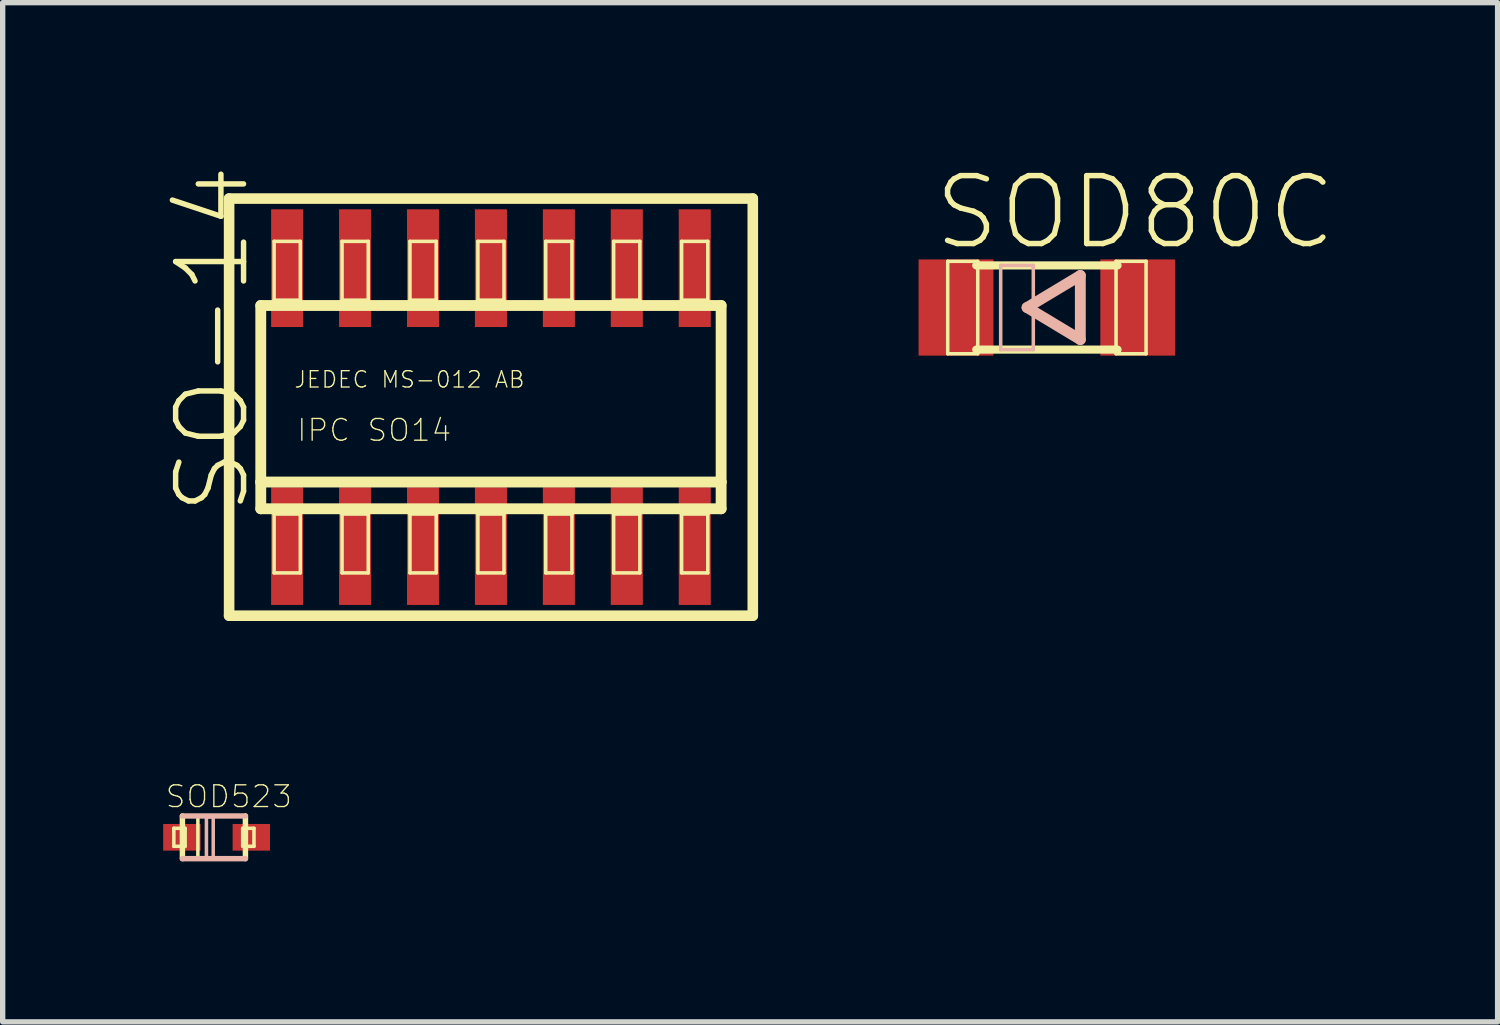
<source format=kicad_pcb>
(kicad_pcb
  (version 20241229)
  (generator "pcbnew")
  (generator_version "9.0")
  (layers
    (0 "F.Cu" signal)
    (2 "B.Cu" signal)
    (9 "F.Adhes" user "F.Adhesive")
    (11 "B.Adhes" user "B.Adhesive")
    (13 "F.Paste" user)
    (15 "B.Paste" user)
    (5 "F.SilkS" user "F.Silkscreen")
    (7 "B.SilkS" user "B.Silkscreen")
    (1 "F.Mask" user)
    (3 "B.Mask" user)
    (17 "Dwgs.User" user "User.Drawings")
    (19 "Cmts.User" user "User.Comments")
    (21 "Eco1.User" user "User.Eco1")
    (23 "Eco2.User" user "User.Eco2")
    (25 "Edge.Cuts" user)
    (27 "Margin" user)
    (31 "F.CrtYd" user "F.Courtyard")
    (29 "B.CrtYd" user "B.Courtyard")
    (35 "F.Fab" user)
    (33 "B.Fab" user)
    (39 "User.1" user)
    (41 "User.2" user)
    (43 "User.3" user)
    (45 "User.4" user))
  (footprint "SO-14"
    (layer "F.Cu")
    (at 6.128 4.561)
    (property "Reference" "SO-14" (at -5.207 -1.27 90) (layer "F.SilkS") (effects (font (size 1.27 1.27) (thickness 0.102))))
    (attr smd)
    (fp_line (start -4.895 -3.899) (end 4.895 -3.899) (stroke (width 0.198) (type solid)) (layer "F.SilkS"))
    (fp_line (start -4.895 3.899) (end -4.895 -3.899) (stroke (width 0.198) (type solid)) (layer "F.SilkS"))
    (fp_line (start -4.303 -1.9) (end 4.303 -1.9) (stroke (width 0.203) (type solid)) (layer "F.SilkS"))
    (fp_line (start -4.303 1.4) (end -4.303 -1.9) (stroke (width 0.203) (type solid)) (layer "F.SilkS"))
    (fp_line (start -4.303 1.9) (end -4.303 1.4) (stroke (width 0.203) (type solid)) (layer "F.SilkS"))
    (fp_line (start -4.054 -3.099) (end -3.564 -3.099) (stroke (width 0.066) (type solid)) (layer "F.SilkS"))
    (fp_line (start -4.054 -1.999) (end -4.054 -3.099) (stroke (width 0.066) (type solid)) (layer "F.SilkS"))
    (fp_line (start -4.054 -1.999) (end -3.564 -1.999) (stroke (width 0.066) (type solid)) (layer "F.SilkS"))
    (fp_line (start -4.054 1.999) (end -3.564 1.999) (stroke (width 0.066) (type solid)) (layer "F.SilkS"))
    (fp_line (start -4.054 3.099) (end -4.054 1.999) (stroke (width 0.066) (type solid)) (layer "F.SilkS"))
    (fp_line (start -4.054 3.099) (end -3.564 3.099) (stroke (width 0.066) (type solid)) (layer "F.SilkS"))
    (fp_line (start -3.564 -1.999) (end -3.564 -3.099) (stroke (width 0.066) (type solid)) (layer "F.SilkS"))
    (fp_line (start -3.564 3.099) (end -3.564 1.999) (stroke (width 0.066) (type solid)) (layer "F.SilkS"))
    (fp_line (start -2.784 -3.099) (end -2.294 -3.099) (stroke (width 0.066) (type solid)) (layer "F.SilkS"))
    (fp_line (start -2.784 -1.999) (end -2.784 -3.099) (stroke (width 0.066) (type solid)) (layer "F.SilkS"))
    (fp_line (start -2.784 -1.999) (end -2.294 -1.999) (stroke (width 0.066) (type solid)) (layer "F.SilkS"))
    (fp_line (start -2.784 1.999) (end -2.294 1.999) (stroke (width 0.066) (type solid)) (layer "F.SilkS"))
    (fp_line (start -2.784 3.099) (end -2.784 1.999) (stroke (width 0.066) (type solid)) (layer "F.SilkS"))
    (fp_line (start -2.784 3.099) (end -2.294 3.099) (stroke (width 0.066) (type solid)) (layer "F.SilkS"))
    (fp_line (start -2.294 -1.999) (end -2.294 -3.099) (stroke (width 0.066) (type solid)) (layer "F.SilkS"))
    (fp_line (start -2.294 3.099) (end -2.294 1.999) (stroke (width 0.066) (type solid)) (layer "F.SilkS"))
    (fp_line (start -1.514 -3.099) (end -1.024 -3.099) (stroke (width 0.066) (type solid)) (layer "F.SilkS"))
    (fp_line (start -1.514 -1.999) (end -1.514 -3.099) (stroke (width 0.066) (type solid)) (layer "F.SilkS"))
    (fp_line (start -1.514 -1.999) (end -1.024 -1.999) (stroke (width 0.066) (type solid)) (layer "F.SilkS"))
    (fp_line (start -1.514 1.999) (end -1.024 1.999) (stroke (width 0.066) (type solid)) (layer "F.SilkS"))
    (fp_line (start -1.514 3.099) (end -1.514 1.999) (stroke (width 0.066) (type solid)) (layer "F.SilkS"))
    (fp_line (start -1.514 3.099) (end -1.024 3.099) (stroke (width 0.066) (type solid)) (layer "F.SilkS"))
    (fp_line (start -1.024 -1.999) (end -1.024 -3.099) (stroke (width 0.066) (type solid)) (layer "F.SilkS"))
    (fp_line (start -1.024 3.099) (end -1.024 1.999) (stroke (width 0.066) (type solid)) (layer "F.SilkS"))
    (fp_line (start -0.244 -3.099) (end 0.244 -3.099) (stroke (width 0.066) (type solid)) (layer "F.SilkS"))
    (fp_line (start -0.244 -1.999) (end -0.244 -3.099) (stroke (width 0.066) (type solid)) (layer "F.SilkS"))
    (fp_line (start -0.244 -1.999) (end 0.244 -1.999) (stroke (width 0.066) (type solid)) (layer "F.SilkS"))
    (fp_line (start -0.244 1.999) (end 0.244 1.999) (stroke (width 0.066) (type solid)) (layer "F.SilkS"))
    (fp_line (start -0.244 3.099) (end -0.244 1.999) (stroke (width 0.066) (type solid)) (layer "F.SilkS"))
    (fp_line (start -0.244 3.099) (end 0.244 3.099) (stroke (width 0.066) (type solid)) (layer "F.SilkS"))
    (fp_line (start 0.244 -1.999) (end 0.244 -3.099) (stroke (width 0.066) (type solid)) (layer "F.SilkS"))
    (fp_line (start 0.244 3.099) (end 0.244 1.999) (stroke (width 0.066) (type solid)) (layer "F.SilkS"))
    (fp_line (start 1.024 -3.099) (end 1.514 -3.099) (stroke (width 0.066) (type solid)) (layer "F.SilkS"))
    (fp_line (start 1.024 -1.999) (end 1.024 -3.099) (stroke (width 0.066) (type solid)) (layer "F.SilkS"))
    (fp_line (start 1.024 -1.999) (end 1.514 -1.999) (stroke (width 0.066) (type solid)) (layer "F.SilkS"))
    (fp_line (start 1.024 1.999) (end 1.514 1.999) (stroke (width 0.066) (type solid)) (layer "F.SilkS"))
    (fp_line (start 1.024 3.099) (end 1.024 1.999) (stroke (width 0.066) (type solid)) (layer "F.SilkS"))
    (fp_line (start 1.024 3.099) (end 1.514 3.099) (stroke (width 0.066) (type solid)) (layer "F.SilkS"))
    (fp_line (start 1.514 -1.999) (end 1.514 -3.099) (stroke (width 0.066) (type solid)) (layer "F.SilkS"))
    (fp_line (start 1.514 3.099) (end 1.514 1.999) (stroke (width 0.066) (type solid)) (layer "F.SilkS"))
    (fp_line (start 2.294 -3.099) (end 2.784 -3.099) (stroke (width 0.066) (type solid)) (layer "F.SilkS"))
    (fp_line (start 2.294 -1.999) (end 2.294 -3.099) (stroke (width 0.066) (type solid)) (layer "F.SilkS"))
    (fp_line (start 2.294 -1.999) (end 2.784 -1.999) (stroke (width 0.066) (type solid)) (layer "F.SilkS"))
    (fp_line (start 2.294 1.999) (end 2.784 1.999) (stroke (width 0.066) (type solid)) (layer "F.SilkS"))
    (fp_line (start 2.294 3.099) (end 2.294 1.999) (stroke (width 0.066) (type solid)) (layer "F.SilkS"))
    (fp_line (start 2.294 3.099) (end 2.784 3.099) (stroke (width 0.066) (type solid)) (layer "F.SilkS"))
    (fp_line (start 2.784 -1.999) (end 2.784 -3.099) (stroke (width 0.066) (type solid)) (layer "F.SilkS"))
    (fp_line (start 2.784 3.099) (end 2.784 1.999) (stroke (width 0.066) (type solid)) (layer "F.SilkS"))
    (fp_line (start 3.564 -3.099) (end 4.054 -3.099) (stroke (width 0.066) (type solid)) (layer "F.SilkS"))
    (fp_line (start 3.564 -1.999) (end 3.564 -3.099) (stroke (width 0.066) (type solid)) (layer "F.SilkS"))
    (fp_line (start 3.564 -1.999) (end 4.054 -1.999) (stroke (width 0.066) (type solid)) (layer "F.SilkS"))
    (fp_line (start 3.564 1.999) (end 4.054 1.999) (stroke (width 0.066) (type solid)) (layer "F.SilkS"))
    (fp_line (start 3.564 3.099) (end 3.564 1.999) (stroke (width 0.066) (type solid)) (layer "F.SilkS"))
    (fp_line (start 3.564 3.099) (end 4.054 3.099) (stroke (width 0.066) (type solid)) (layer "F.SilkS"))
    (fp_line (start 4.054 -1.999) (end 4.054 -3.099) (stroke (width 0.066) (type solid)) (layer "F.SilkS"))
    (fp_line (start 4.054 3.099) (end 4.054 1.999) (stroke (width 0.066) (type solid)) (layer "F.SilkS"))
    (fp_line (start 4.303 -1.9) (end 4.303 1.4) (stroke (width 0.203) (type solid)) (layer "F.SilkS"))
    (fp_line (start 4.303 1.4) (end -4.303 1.4) (stroke (width 0.203) (type solid)) (layer "F.SilkS"))
    (fp_line (start 4.303 1.4) (end 4.303 1.9) (stroke (width 0.203) (type solid)) (layer "F.SilkS"))
    (fp_line (start 4.303 1.9) (end -4.303 1.9) (stroke (width 0.203) (type solid)) (layer "F.SilkS"))
    (fp_line (start 4.895 -3.899) (end 4.895 3.899) (stroke (width 0.198) (type solid)) (layer "F.SilkS"))
    (fp_line (start 4.895 3.899) (end -4.895 3.899) (stroke (width 0.198) (type solid)) (layer "F.SilkS"))
    (fp_text user "IPC SO14" (at -2.182 0.432 0) (layer "F.SilkS") (effects (font (size 0.406 0.406) (thickness 0.025))))
    (fp_text user "JEDEC MS-012 AB" (at -1.524 -0.516 0) (layer "F.SilkS") (effects (font (size 0.305 0.305) (thickness 0.025))))
    (pad "1" smd rect (at -3.81 2.598) (size 0.599 2.2) (layers "F.Cu" "F.Mask" "F.Paste"))
    (pad "2" smd rect (at -2.54 2.598) (size 0.599 2.2) (layers "F.Cu" "F.Mask" "F.Paste"))
    (pad "3" smd rect (at -1.27 2.598) (size 0.599 2.2) (layers "F.Cu" "F.Mask" "F.Paste"))
    (pad "4" smd rect (at 0 2.598) (size 0.599 2.2) (layers "F.Cu" "F.Mask" "F.Paste"))
    (pad "5" smd rect (at 1.27 2.598) (size 0.599 2.2) (layers "F.Cu" "F.Mask" "F.Paste"))
    (pad "6" smd rect (at 2.54 2.598) (size 0.599 2.2) (layers "F.Cu" "F.Mask" "F.Paste"))
    (pad "7" smd rect (at 3.81 2.598) (size 0.599 2.2) (layers "F.Cu" "F.Mask" "F.Paste"))
    (pad "8" smd rect (at 3.81 -2.598) (size 0.599 2.2) (layers "F.Cu" "F.Mask" "F.Paste"))
    (pad "9" smd rect (at 2.54 -2.598) (size 0.599 2.2) (layers "F.Cu" "F.Mask" "F.Paste"))
    (pad "10" smd rect (at 1.27 -2.598) (size 0.599 2.2) (layers "F.Cu" "F.Mask" "F.Paste"))
    (pad "11" smd rect (at 0 -2.598) (size 0.599 2.2) (layers "F.Cu" "F.Mask" "F.Paste"))
    (pad "12" smd rect (at -1.27 -2.598) (size 0.599 2.2) (layers "F.Cu" "F.Mask" "F.Paste"))
    (pad "13" smd rect (at -2.54 -2.598) (size 0.599 2.2) (layers "F.Cu" "F.Mask" "F.Paste"))
    (pad "14" smd rect (at -3.81 -2.598) (size 0.599 2.2) (layers "F.Cu" "F.Mask" "F.Paste")))
  (footprint "SOD80C"
    (layer "F.Cu")
    (at 16.521 2.699)
    (property "Reference" "SOD80C" (at 1.651 -1.778 0) (layer "F.SilkS") (effects (font (size 1.27 1.27) (thickness 0.102))))
    (attr smd)
    (fp_line (start -1.854 -0.864) (end -1.293 -0.864) (stroke (width 0.066) (type solid)) (layer "F.SilkS"))
    (fp_line (start -1.854 0.864) (end -1.854 -0.864) (stroke (width 0.066) (type solid)) (layer "F.SilkS"))
    (fp_line (start -1.854 0.864) (end -1.293 0.864) (stroke (width 0.066) (type solid)) (layer "F.SilkS"))
    (fp_line (start -1.293 0.864) (end -1.293 -0.864) (stroke (width 0.066) (type solid)) (layer "F.SilkS"))
    (fp_line (start 1.293 -0.864) (end 1.854 -0.864) (stroke (width 0.066) (type solid)) (layer "F.SilkS"))
    (fp_line (start 1.293 0.864) (end 1.293 -0.864) (stroke (width 0.066) (type solid)) (layer "F.SilkS"))
    (fp_line (start 1.293 0.864) (end 1.854 0.864) (stroke (width 0.066) (type solid)) (layer "F.SilkS"))
    (fp_line (start 1.321 -0.787) (end -1.321 -0.787) (stroke (width 0.152) (type solid)) (layer "F.SilkS"))
    (fp_line (start 1.321 0.787) (end -1.321 0.787) (stroke (width 0.152) (type solid)) (layer "F.SilkS"))
    (fp_line (start 1.854 0.864) (end 1.854 -0.864) (stroke (width 0.066) (type solid)) (layer "F.SilkS"))
    (fp_line (start -0.864 -0.787) (end -0.254 -0.787) (stroke (width 0.066) (type solid)) (layer "B.SilkS"))
    (fp_line (start -0.864 0.787) (end -0.864 -0.787) (stroke (width 0.066) (type solid)) (layer "B.SilkS"))
    (fp_line (start -0.864 0.787) (end -0.254 0.787) (stroke (width 0.066) (type solid)) (layer "B.SilkS"))
    (fp_line (start -0.371 0) (end 0.625 0.599) (stroke (width 0.203) (type solid)) (layer "B.SilkS"))
    (fp_line (start -0.254 0.787) (end -0.254 -0.787) (stroke (width 0.066) (type solid)) (layer "B.SilkS"))
    (fp_line (start 0.625 -0.599) (end -0.371 0) (stroke (width 0.203) (type solid)) (layer "B.SilkS"))
    (fp_line (start 0.625 0.599) (end 0.625 -0.599) (stroke (width 0.203) (type solid)) (layer "B.SilkS"))
    (pad "1" smd rect (at 1.699 0) (size 1.4 1.798) (layers "F.Cu" "F.Mask" "F.Paste"))
    (pad "2" smd rect (at -1.699 0) (size 1.4 1.798) (layers "F.Cu" "F.Mask" "F.Paste")))
  (footprint "SOD523"
    (layer "F.Cu")
    (at 0.949 12.603)
    (property "Reference" "SOD523" (at 0.279 -0.762 0) (layer "F.SilkS") (effects (font (size 0.406 0.406) (thickness 0.025))))
    (attr smd)
    (fp_line (start -0.749 -0.168) (end -0.538 -0.168) (stroke (width 0.066) (type solid)) (layer "F.SilkS"))
    (fp_line (start -0.749 0.168) (end -0.749 -0.168) (stroke (width 0.066) (type solid)) (layer "F.SilkS"))
    (fp_line (start -0.749 0.168) (end -0.538 0.168) (stroke (width 0.066) (type solid)) (layer "F.SilkS"))
    (fp_line (start -0.589 -0.399) (end -0.3 -0.399) (stroke (width 0.066) (type solid)) (layer "F.SilkS"))
    (fp_line (start -0.589 0.399) (end -0.589 -0.399) (stroke (width 0.066) (type solid)) (layer "F.SilkS"))
    (fp_line (start -0.589 0.399) (end -0.589 -0.399) (stroke (width 0.102) (type solid)) (layer "F.SilkS"))
    (fp_line (start -0.589 0.399) (end -0.3 0.399) (stroke (width 0.066) (type solid)) (layer "F.SilkS"))
    (fp_line (start -0.538 0.168) (end -0.538 -0.168) (stroke (width 0.066) (type solid)) (layer "F.SilkS"))
    (fp_line (start -0.3 0.399) (end -0.3 -0.399) (stroke (width 0.066) (type solid)) (layer "F.SilkS"))
    (fp_line (start 0.538 -0.168) (end 0.749 -0.168) (stroke (width 0.066) (type solid)) (layer "F.SilkS"))
    (fp_line (start 0.538 0.168) (end 0.538 -0.168) (stroke (width 0.066) (type solid)) (layer "F.SilkS"))
    (fp_line (start 0.538 0.168) (end 0.749 0.168) (stroke (width 0.066) (type solid)) (layer "F.SilkS"))
    (fp_line (start 0.589 -0.399) (end 0.589 0.399) (stroke (width 0.102) (type solid)) (layer "F.SilkS"))
    (fp_line (start 0.749 0.168) (end 0.749 -0.168) (stroke (width 0.066) (type solid)) (layer "F.SilkS"))
    (fp_line (start -0.589 -0.399) (end 0.589 -0.399) (stroke (width 0.102) (type solid)) (layer "B.SilkS"))
    (fp_line (start -0.14 -0.381) (end -0.013 -0.381) (stroke (width 0.066) (type solid)) (layer "B.SilkS"))
    (fp_line (start -0.14 0.394) (end -0.14 -0.381) (stroke (width 0.066) (type solid)) (layer "B.SilkS"))
    (fp_line (start -0.14 0.394) (end -0.013 0.394) (stroke (width 0.066) (type solid)) (layer "B.SilkS"))
    (fp_line (start -0.013 0.394) (end -0.013 -0.381) (stroke (width 0.066) (type solid)) (layer "B.SilkS"))
    (fp_line (start 0.589 0.399) (end -0.589 0.399) (stroke (width 0.102) (type solid)) (layer "B.SilkS"))
    (pad "A" smd rect (at 0.699 0) (size 0.699 0.498) (layers "F.Cu" "F.Mask" "F.Paste"))
    (pad "C" smd rect (at -0.599 0) (size 0.699 0.498) (layers "F.Cu" "F.Mask" "F.Paste")))
  (gr_rect
    (start -3 -3)
    (end 24.947 16.053)
    (stroke (width 0.1) (type default))
    (fill no)
    (layer "Edge.Cuts")))
</source>
